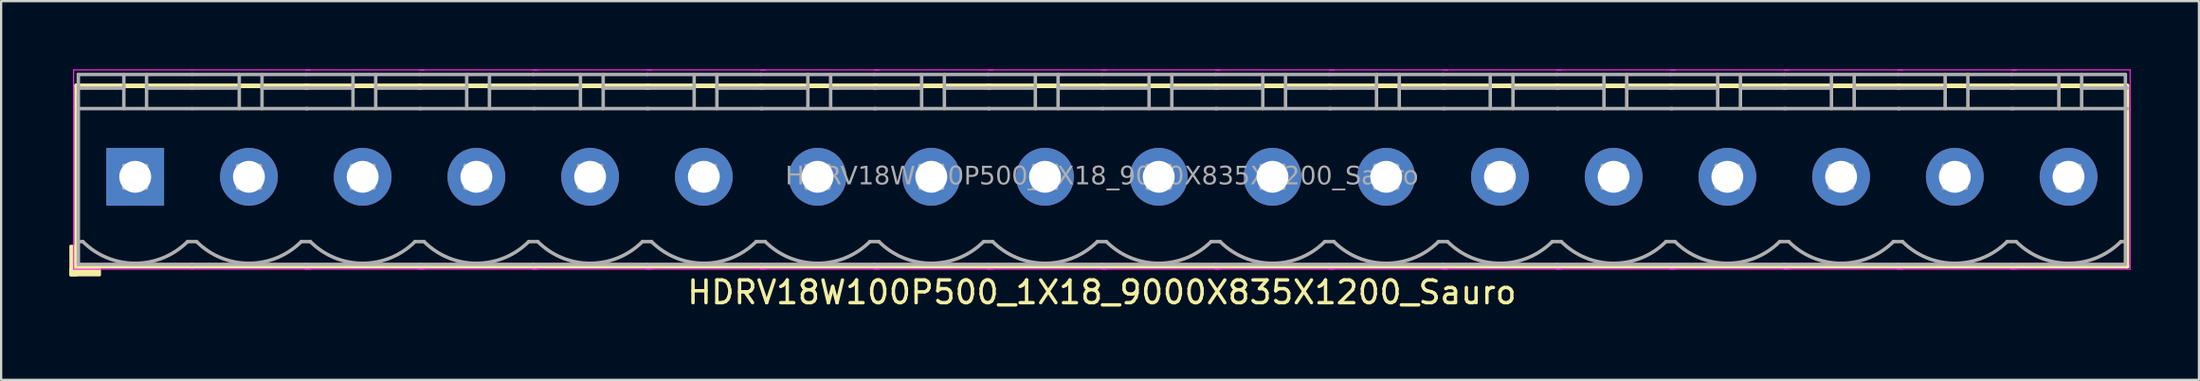
<source format=kicad_pcb>
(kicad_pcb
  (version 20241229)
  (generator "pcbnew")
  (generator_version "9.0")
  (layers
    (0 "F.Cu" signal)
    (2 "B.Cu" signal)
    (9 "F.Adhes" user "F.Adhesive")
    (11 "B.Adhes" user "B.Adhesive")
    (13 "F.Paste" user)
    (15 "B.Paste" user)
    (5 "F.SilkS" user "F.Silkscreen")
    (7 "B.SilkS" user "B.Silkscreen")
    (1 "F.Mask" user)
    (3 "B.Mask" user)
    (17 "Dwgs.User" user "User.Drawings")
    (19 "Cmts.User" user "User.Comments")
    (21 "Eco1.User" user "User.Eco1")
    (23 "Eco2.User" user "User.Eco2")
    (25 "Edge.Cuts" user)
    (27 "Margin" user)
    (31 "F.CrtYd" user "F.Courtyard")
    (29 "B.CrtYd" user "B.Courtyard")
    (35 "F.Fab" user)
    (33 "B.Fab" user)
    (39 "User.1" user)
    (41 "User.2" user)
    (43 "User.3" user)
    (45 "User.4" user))
  (footprint "HDRV18W100P500_1X18_9000X835X1200_Sauro"
    (layer "F.Cu")
    (at 45.394 4.724)
    (property "Reference" "HDRV18W100P500_1X18_9000X835X1200_Sauro" (at 0 5.08 0) (layer "F.SilkS") (effects (font (size 1 1) (thickness 0.15))))
    (attr through_hole)
    (fp_line (start -45.08 -4) (end -45.08 3.937) (stroke (width 0.203) (type solid)) (layer "F.SilkS"))
    (fp_line (start -45.08 3.937) (end -40 3.937) (stroke (width 0.203) (type solid)) (layer "F.SilkS"))
    (fp_line (start -40.005 -4) (end -45.08 -4) (stroke (width 0.203) (type solid)) (layer "F.SilkS"))
    (fp_line (start -40 3.937) (end -34.92 3.937) (stroke (width 0.203) (type solid)) (layer "F.SilkS"))
    (fp_line (start -35 3.937) (end -29.92 3.937) (stroke (width 0.203) (type solid)) (layer "F.SilkS"))
    (fp_line (start -34.93 -4) (end -40.005 -4) (stroke (width 0.203) (type solid)) (layer "F.SilkS"))
    (fp_line (start -30 3.937) (end -24.92 3.937) (stroke (width 0.203) (type solid)) (layer "F.SilkS"))
    (fp_line (start -29.93 -4) (end -35.005 -4) (stroke (width 0.203) (type solid)) (layer "F.SilkS"))
    (fp_line (start -25 3.937) (end -19.92 3.937) (stroke (width 0.203) (type solid)) (layer "F.SilkS"))
    (fp_line (start -24.93 -4) (end -30.005 -4) (stroke (width 0.203) (type solid)) (layer "F.SilkS"))
    (fp_line (start -20 3.937) (end -14.92 3.937) (stroke (width 0.203) (type solid)) (layer "F.SilkS"))
    (fp_line (start -19.93 -4) (end -25.005 -4) (stroke (width 0.203) (type solid)) (layer "F.SilkS"))
    (fp_line (start -15 3.937) (end -9.92 3.937) (stroke (width 0.203) (type solid)) (layer "F.SilkS"))
    (fp_line (start -14.93 -4) (end -20.005 -4) (stroke (width 0.203) (type solid)) (layer "F.SilkS"))
    (fp_line (start -10 3.937) (end -4.92 3.937) (stroke (width 0.203) (type solid)) (layer "F.SilkS"))
    (fp_line (start -9.93 -4) (end -15.005 -4) (stroke (width 0.203) (type solid)) (layer "F.SilkS"))
    (fp_line (start -5 3.937) (end 0.08 3.937) (stroke (width 0.203) (type solid)) (layer "F.SilkS"))
    (fp_line (start -4.93 -4) (end -10.005 -4) (stroke (width 0.203) (type solid)) (layer "F.SilkS"))
    (fp_line (start 0 3.937) (end 5.08 3.937) (stroke (width 0.203) (type solid)) (layer "F.SilkS"))
    (fp_line (start 0.07 -4) (end -5.005 -4) (stroke (width 0.203) (type solid)) (layer "F.SilkS"))
    (fp_line (start 5 3.937) (end 10.08 3.937) (stroke (width 0.203) (type solid)) (layer "F.SilkS"))
    (fp_line (start 5.07 -4) (end -0.005 -4) (stroke (width 0.203) (type solid)) (layer "F.SilkS"))
    (fp_line (start 10 3.937) (end 15.08 3.937) (stroke (width 0.203) (type solid)) (layer "F.SilkS"))
    (fp_line (start 10.07 -4) (end 4.995 -4) (stroke (width 0.203) (type solid)) (layer "F.SilkS"))
    (fp_line (start 15 3.937) (end 20.08 3.937) (stroke (width 0.203) (type solid)) (layer "F.SilkS"))
    (fp_line (start 15.07 -4) (end 9.995 -4) (stroke (width 0.203) (type solid)) (layer "F.SilkS"))
    (fp_line (start 20 3.937) (end 25.08 3.937) (stroke (width 0.203) (type solid)) (layer "F.SilkS"))
    (fp_line (start 20.07 -4) (end 14.995 -4) (stroke (width 0.203) (type solid)) (layer "F.SilkS"))
    (fp_line (start 25 3.937) (end 30.08 3.937) (stroke (width 0.203) (type solid)) (layer "F.SilkS"))
    (fp_line (start 25.07 -4) (end 19.995 -4) (stroke (width 0.203) (type solid)) (layer "F.SilkS"))
    (fp_line (start 30 3.937) (end 35.08 3.937) (stroke (width 0.203) (type solid)) (layer "F.SilkS"))
    (fp_line (start 30.07 -4) (end 24.995 -4) (stroke (width 0.203) (type solid)) (layer "F.SilkS"))
    (fp_line (start 35 3.937) (end 40.08 3.937) (stroke (width 0.203) (type solid)) (layer "F.SilkS"))
    (fp_line (start 35.07 -4) (end 29.995 -4) (stroke (width 0.203) (type solid)) (layer "F.SilkS"))
    (fp_line (start 40 3.937) (end 45.08 3.937) (stroke (width 0.203) (type solid)) (layer "F.SilkS"))
    (fp_line (start 40.07 -4) (end 34.995 -4) (stroke (width 0.203) (type solid)) (layer "F.SilkS"))
    (fp_line (start 45.07 -4) (end 39.995 -4) (stroke (width 0.203) (type solid)) (layer "F.SilkS"))
    (fp_line (start 45.07 -4) (end 45.07 3.937) (stroke (width 0.203) (type solid)) (layer "F.SilkS"))
    (fp_rect (start -45.08 3.048) (end -45.334 4.318) (stroke (width 0.12) (type solid)) (fill yes) (layer "F.SilkS"))
    (fp_rect (start -44.064 4.318) (end -45.334 4.064) (stroke (width 0.12) (type solid)) (fill yes) (layer "F.SilkS"))
    (fp_line (start -45.207 4.064) (end -45.207 -4.699) (stroke (width 0.05) (type solid)) (layer "F.CrtYd"))
    (fp_line (start -40.005 4.064) (end -45.207 4.064) (stroke (width 0.05) (type solid)) (layer "F.CrtYd"))
    (fp_line (start -40 -4.699) (end -45.207 -4.699) (stroke (width 0.05) (type solid)) (layer "F.CrtYd"))
    (fp_line (start -34.793 -4.699) (end -40 -4.699) (stroke (width 0.05) (type solid)) (layer "F.CrtYd"))
    (fp_line (start -34.793 4.064) (end -40.005 4.064) (stroke (width 0.05) (type solid)) (layer "F.CrtYd"))
    (fp_line (start -29.793 -4.699) (end -35 -4.699) (stroke (width 0.05) (type solid)) (layer "F.CrtYd"))
    (fp_line (start -29.793 4.064) (end -35.005 4.064) (stroke (width 0.05) (type solid)) (layer "F.CrtYd"))
    (fp_line (start -24.793 -4.699) (end -30 -4.699) (stroke (width 0.05) (type solid)) (layer "F.CrtYd"))
    (fp_line (start -24.793 4.064) (end -30.005 4.064) (stroke (width 0.05) (type solid)) (layer "F.CrtYd"))
    (fp_line (start -19.793 -4.699) (end -25 -4.699) (stroke (width 0.05) (type solid)) (layer "F.CrtYd"))
    (fp_line (start -19.793 4.064) (end -25.005 4.064) (stroke (width 0.05) (type solid)) (layer "F.CrtYd"))
    (fp_line (start -14.793 -4.699) (end -20 -4.699) (stroke (width 0.05) (type solid)) (layer "F.CrtYd"))
    (fp_line (start -14.793 4.064) (end -20.005 4.064) (stroke (width 0.05) (type solid)) (layer "F.CrtYd"))
    (fp_line (start -9.793 -4.699) (end -15 -4.699) (stroke (width 0.05) (type solid)) (layer "F.CrtYd"))
    (fp_line (start -9.793 4.064) (end -15.005 4.064) (stroke (width 0.05) (type solid)) (layer "F.CrtYd"))
    (fp_line (start -4.793 -4.699) (end -10 -4.699) (stroke (width 0.05) (type solid)) (layer "F.CrtYd"))
    (fp_line (start -4.793 4.064) (end -10.005 4.064) (stroke (width 0.05) (type solid)) (layer "F.CrtYd"))
    (fp_line (start 0.207 -4.699) (end -5 -4.699) (stroke (width 0.05) (type solid)) (layer "F.CrtYd"))
    (fp_line (start 0.207 4.064) (end -5.005 4.064) (stroke (width 0.05) (type solid)) (layer "F.CrtYd"))
    (fp_line (start 5.207 -4.699) (end 0 -4.699) (stroke (width 0.05) (type solid)) (layer "F.CrtYd"))
    (fp_line (start 5.207 4.064) (end -0.005 4.064) (stroke (width 0.05) (type solid)) (layer "F.CrtYd"))
    (fp_line (start 10.207 -4.699) (end 5 -4.699) (stroke (width 0.05) (type solid)) (layer "F.CrtYd"))
    (fp_line (start 10.207 4.064) (end 4.995 4.064) (stroke (width 0.05) (type solid)) (layer "F.CrtYd"))
    (fp_line (start 15.207 -4.699) (end 10 -4.699) (stroke (width 0.05) (type solid)) (layer "F.CrtYd"))
    (fp_line (start 15.207 4.064) (end 9.995 4.064) (stroke (width 0.05) (type solid)) (layer "F.CrtYd"))
    (fp_line (start 20.207 -4.699) (end 15 -4.699) (stroke (width 0.05) (type solid)) (layer "F.CrtYd"))
    (fp_line (start 20.207 4.064) (end 14.995 4.064) (stroke (width 0.05) (type solid)) (layer "F.CrtYd"))
    (fp_line (start 25.207 -4.699) (end 20 -4.699) (stroke (width 0.05) (type solid)) (layer "F.CrtYd"))
    (fp_line (start 25.207 4.064) (end 19.995 4.064) (stroke (width 0.05) (type solid)) (layer "F.CrtYd"))
    (fp_line (start 30.207 -4.699) (end 25 -4.699) (stroke (width 0.05) (type solid)) (layer "F.CrtYd"))
    (fp_line (start 30.207 4.064) (end 24.995 4.064) (stroke (width 0.05) (type solid)) (layer "F.CrtYd"))
    (fp_line (start 35.207 -4.699) (end 30 -4.699) (stroke (width 0.05) (type solid)) (layer "F.CrtYd"))
    (fp_line (start 35.207 4.064) (end 29.995 4.064) (stroke (width 0.05) (type solid)) (layer "F.CrtYd"))
    (fp_line (start 40.207 -4.699) (end 35 -4.699) (stroke (width 0.05) (type solid)) (layer "F.CrtYd"))
    (fp_line (start 40.207 4.064) (end 34.995 4.064) (stroke (width 0.05) (type solid)) (layer "F.CrtYd"))
    (fp_line (start 45.207 -4.699) (end 40 -4.699) (stroke (width 0.05) (type solid)) (layer "F.CrtYd"))
    (fp_line (start 45.207 -4.699) (end 45.207 4.064) (stroke (width 0.05) (type solid)) (layer "F.CrtYd"))
    (fp_line (start 45.207 4.064) (end 39.995 4.064) (stroke (width 0.05) (type solid)) (layer "F.CrtYd"))
    (fp_line (start -45 -4.5) (end -45 3.85) (stroke (width 0.152) (type solid)) (layer "F.Fab"))
    (fp_line (start -44.8 2.85) (end -45 2.85) (stroke (width 0.152) (type solid)) (layer "F.Fab"))
    (fp_line (start -43 -4.5) (end -43 -3) (stroke (width 0.152) (type default)) (layer "F.Fab"))
    (fp_line (start -43 -3.9) (end -45 -3.9) (stroke (width 0.152) (type solid)) (layer "F.Fab"))
    (fp_line (start -42 -4.5) (end -42 -3) (stroke (width 0.152) (type default)) (layer "F.Fab"))
    (fp_line (start -42 -3.9) (end -40 -3.9) (stroke (width 0.152) (type solid)) (layer "F.Fab"))
    (fp_line (start -40.2 2.85) (end -39.8 2.85) (stroke (width 0.152) (type solid)) (layer "F.Fab"))
    (fp_line (start -40 -4.5) (end -45 -4.5) (stroke (width 0.152) (type solid)) (layer "F.Fab"))
    (fp_line (start -40 -3) (end -45 -3) (stroke (width 0.152) (type solid)) (layer "F.Fab"))
    (fp_line (start -40 3.85) (end -45 3.85) (stroke (width 0.152) (type solid)) (layer "F.Fab"))
    (fp_line (start -40 3.85) (end -35 3.85) (stroke (width 0.152) (type solid)) (layer "F.Fab"))
    (fp_line (start -37.925 -4.5) (end -37.925 -3) (stroke (width 0.152) (type default)) (layer "F.Fab"))
    (fp_line (start -37.925 -3.9) (end -40 -3.9) (stroke (width 0.152) (type solid)) (layer "F.Fab"))
    (fp_line (start -36.925 -4.5) (end -36.925 -3) (stroke (width 0.152) (type default)) (layer "F.Fab"))
    (fp_line (start -36.925 -3.9) (end -34.925 -3.9) (stroke (width 0.152) (type solid)) (layer "F.Fab"))
    (fp_line (start -35.2 2.85) (end -34.8 2.85) (stroke (width 0.152) (type solid)) (layer "F.Fab"))
    (fp_line (start -35 -4.5) (end -40 -4.5) (stroke (width 0.152) (type solid)) (layer "F.Fab"))
    (fp_line (start -35 3.85) (end -30 3.85) (stroke (width 0.152) (type solid)) (layer "F.Fab"))
    (fp_line (start -34.925 -3) (end -40 -3) (stroke (width 0.152) (type solid)) (layer "F.Fab"))
    (fp_line (start -32.925 -4.5) (end -32.925 -3) (stroke (width 0.152) (type default)) (layer "F.Fab"))
    (fp_line (start -32.925 -3.9) (end -35 -3.9) (stroke (width 0.152) (type solid)) (layer "F.Fab"))
    (fp_line (start -31.925 -4.5) (end -31.925 -3) (stroke (width 0.152) (type default)) (layer "F.Fab"))
    (fp_line (start -31.925 -3.9) (end -29.925 -3.9) (stroke (width 0.152) (type solid)) (layer "F.Fab"))
    (fp_line (start -30.2 2.85) (end -29.8 2.85) (stroke (width 0.152) (type solid)) (layer "F.Fab"))
    (fp_line (start -30 -4.5) (end -35 -4.5) (stroke (width 0.152) (type solid)) (layer "F.Fab"))
    (fp_line (start -30 3.85) (end -25 3.85) (stroke (width 0.152) (type solid)) (layer "F.Fab"))
    (fp_line (start -29.925 -3) (end -35 -3) (stroke (width 0.152) (type solid)) (layer "F.Fab"))
    (fp_line (start -27.925 -4.5) (end -27.925 -3) (stroke (width 0.152) (type default)) (layer "F.Fab"))
    (fp_line (start -27.925 -3.9) (end -30 -3.9) (stroke (width 0.152) (type solid)) (layer "F.Fab"))
    (fp_line (start -26.925 -4.5) (end -26.925 -3) (stroke (width 0.152) (type default)) (layer "F.Fab"))
    (fp_line (start -26.925 -3.9) (end -24.925 -3.9) (stroke (width 0.152) (type solid)) (layer "F.Fab"))
    (fp_line (start -25.2 2.85) (end -24.8 2.85) (stroke (width 0.152) (type solid)) (layer "F.Fab"))
    (fp_line (start -25 -4.5) (end -30 -4.5) (stroke (width 0.152) (type solid)) (layer "F.Fab"))
    (fp_line (start -25 3.85) (end -20 3.85) (stroke (width 0.152) (type solid)) (layer "F.Fab"))
    (fp_line (start -24.925 -3) (end -30 -3) (stroke (width 0.152) (type solid)) (layer "F.Fab"))
    (fp_line (start -22.925 -4.5) (end -22.925 -3) (stroke (width 0.152) (type default)) (layer "F.Fab"))
    (fp_line (start -22.925 -3.9) (end -25 -3.9) (stroke (width 0.152) (type solid)) (layer "F.Fab"))
    (fp_line (start -21.925 -4.5) (end -21.925 -3) (stroke (width 0.152) (type default)) (layer "F.Fab"))
    (fp_line (start -21.925 -3.9) (end -19.925 -3.9) (stroke (width 0.152) (type solid)) (layer "F.Fab"))
    (fp_line (start -20.2 2.85) (end -19.8 2.85) (stroke (width 0.152) (type solid)) (layer "F.Fab"))
    (fp_line (start -20 -4.5) (end -25 -4.5) (stroke (width 0.152) (type solid)) (layer "F.Fab"))
    (fp_line (start -20 3.85) (end -15 3.85) (stroke (width 0.152) (type solid)) (layer "F.Fab"))
    (fp_line (start -19.925 -3) (end -25 -3) (stroke (width 0.152) (type solid)) (layer "F.Fab"))
    (fp_line (start -17.925 -4.5) (end -17.925 -3) (stroke (width 0.152) (type default)) (layer "F.Fab"))
    (fp_line (start -17.925 -3.9) (end -20 -3.9) (stroke (width 0.152) (type solid)) (layer "F.Fab"))
    (fp_line (start -16.925 -4.5) (end -16.925 -3) (stroke (width 0.152) (type default)) (layer "F.Fab"))
    (fp_line (start -16.925 -3.9) (end -14.925 -3.9) (stroke (width 0.152) (type solid)) (layer "F.Fab"))
    (fp_line (start -15.2 2.85) (end -14.8 2.85) (stroke (width 0.152) (type solid)) (layer "F.Fab"))
    (fp_line (start -15 -4.5) (end -20 -4.5) (stroke (width 0.152) (type solid)) (layer "F.Fab"))
    (fp_line (start -15 3.85) (end -10 3.85) (stroke (width 0.152) (type solid)) (layer "F.Fab"))
    (fp_line (start -14.925 -3) (end -20 -3) (stroke (width 0.152) (type solid)) (layer "F.Fab"))
    (fp_line (start -12.925 -4.5) (end -12.925 -3) (stroke (width 0.152) (type default)) (layer "F.Fab"))
    (fp_line (start -12.925 -3.9) (end -15 -3.9) (stroke (width 0.152) (type solid)) (layer "F.Fab"))
    (fp_line (start -11.925 -4.5) (end -11.925 -3) (stroke (width 0.152) (type default)) (layer "F.Fab"))
    (fp_line (start -11.925 -3.9) (end -9.925 -3.9) (stroke (width 0.152) (type solid)) (layer "F.Fab"))
    (fp_line (start -10.2 2.85) (end -9.8 2.85) (stroke (width 0.152) (type solid)) (layer "F.Fab"))
    (fp_line (start -10 -4.5) (end -15 -4.5) (stroke (width 0.152) (type solid)) (layer "F.Fab"))
    (fp_line (start -10 3.85) (end -5 3.85) (stroke (width 0.152) (type solid)) (layer "F.Fab"))
    (fp_line (start -9.925 -3) (end -15 -3) (stroke (width 0.152) (type solid)) (layer "F.Fab"))
    (fp_line (start -7.925 -4.5) (end -7.925 -3) (stroke (width 0.152) (type default)) (layer "F.Fab"))
    (fp_line (start -7.925 -3.9) (end -10 -3.9) (stroke (width 0.152) (type solid)) (layer "F.Fab"))
    (fp_line (start -6.925 -4.5) (end -6.925 -3) (stroke (width 0.152) (type default)) (layer "F.Fab"))
    (fp_line (start -6.925 -3.9) (end -4.925 -3.9) (stroke (width 0.152) (type solid)) (layer "F.Fab"))
    (fp_line (start -5.2 2.85) (end -4.8 2.85) (stroke (width 0.152) (type solid)) (layer "F.Fab"))
    (fp_line (start -5 -4.5) (end -10 -4.5) (stroke (width 0.152) (type solid)) (layer "F.Fab"))
    (fp_line (start -5 3.85) (end 0 3.85) (stroke (width 0.152) (type solid)) (layer "F.Fab"))
    (fp_line (start -4.925 -3) (end -10 -3) (stroke (width 0.152) (type solid)) (layer "F.Fab"))
    (fp_line (start -2.925 -4.5) (end -2.925 -3) (stroke (width 0.152) (type default)) (layer "F.Fab"))
    (fp_line (start -2.925 -3.9) (end -5 -3.9) (stroke (width 0.152) (type solid)) (layer "F.Fab"))
    (fp_line (start -1.925 -4.5) (end -1.925 -3) (stroke (width 0.152) (type default)) (layer "F.Fab"))
    (fp_line (start -1.925 -3.9) (end 0.075 -3.9) (stroke (width 0.152) (type solid)) (layer "F.Fab"))
    (fp_line (start -0.2 2.85) (end 0.2 2.85) (stroke (width 0.152) (type solid)) (layer "F.Fab"))
    (fp_line (start 0 -4.5) (end -5 -4.5) (stroke (width 0.152) (type solid)) (layer "F.Fab"))
    (fp_line (start 0 3.85) (end 5 3.85) (stroke (width 0.152) (type solid)) (layer "F.Fab"))
    (fp_line (start 0.075 -3) (end -5 -3) (stroke (width 0.152) (type solid)) (layer "F.Fab"))
    (fp_line (start 2.075 -4.5) (end 2.075 -3) (stroke (width 0.152) (type default)) (layer "F.Fab"))
    (fp_line (start 2.075 -3.9) (end 0 -3.9) (stroke (width 0.152) (type solid)) (layer "F.Fab"))
    (fp_line (start 3.075 -4.5) (end 3.075 -3) (stroke (width 0.152) (type default)) (layer "F.Fab"))
    (fp_line (start 3.075 -3.9) (end 5.075 -3.9) (stroke (width 0.152) (type solid)) (layer "F.Fab"))
    (fp_line (start 4.8 2.85) (end 5.2 2.85) (stroke (width 0.152) (type solid)) (layer "F.Fab"))
    (fp_line (start 5 -4.5) (end 0 -4.5) (stroke (width 0.152) (type solid)) (layer "F.Fab"))
    (fp_line (start 5 3.85) (end 10 3.85) (stroke (width 0.152) (type solid)) (layer "F.Fab"))
    (fp_line (start 5.075 -3) (end 0 -3) (stroke (width 0.152) (type solid)) (layer "F.Fab"))
    (fp_line (start 7.075 -4.5) (end 7.075 -3) (stroke (width 0.152) (type default)) (layer "F.Fab"))
    (fp_line (start 7.075 -3.9) (end 5 -3.9) (stroke (width 0.152) (type solid)) (layer "F.Fab"))
    (fp_line (start 8.075 -4.5) (end 8.075 -3) (stroke (width 0.152) (type default)) (layer "F.Fab"))
    (fp_line (start 8.075 -3.9) (end 10.075 -3.9) (stroke (width 0.152) (type solid)) (layer "F.Fab"))
    (fp_line (start 9.8 2.85) (end 10.2 2.85) (stroke (width 0.152) (type solid)) (layer "F.Fab"))
    (fp_line (start 10 -4.5) (end 5 -4.5) (stroke (width 0.152) (type solid)) (layer "F.Fab"))
    (fp_line (start 10 3.85) (end 15 3.85) (stroke (width 0.152) (type solid)) (layer "F.Fab"))
    (fp_line (start 10.075 -3) (end 5 -3) (stroke (width 0.152) (type solid)) (layer "F.Fab"))
    (fp_line (start 12.075 -4.5) (end 12.075 -3) (stroke (width 0.152) (type default)) (layer "F.Fab"))
    (fp_line (start 12.075 -3.9) (end 10 -3.9) (stroke (width 0.152) (type solid)) (layer "F.Fab"))
    (fp_line (start 13.075 -4.5) (end 13.075 -3) (stroke (width 0.152) (type default)) (layer "F.Fab"))
    (fp_line (start 13.075 -3.9) (end 15.075 -3.9) (stroke (width 0.152) (type solid)) (layer "F.Fab"))
    (fp_line (start 14.8 2.85) (end 15.2 2.85) (stroke (width 0.152) (type solid)) (layer "F.Fab"))
    (fp_line (start 15 -4.5) (end 10 -4.5) (stroke (width 0.152) (type solid)) (layer "F.Fab"))
    (fp_line (start 15 3.85) (end 20 3.85) (stroke (width 0.152) (type solid)) (layer "F.Fab"))
    (fp_line (start 15.075 -3) (end 10 -3) (stroke (width 0.152) (type solid)) (layer "F.Fab"))
    (fp_line (start 17.075 -4.5) (end 17.075 -3) (stroke (width 0.152) (type default)) (layer "F.Fab"))
    (fp_line (start 17.075 -3.9) (end 15 -3.9) (stroke (width 0.152) (type solid)) (layer "F.Fab"))
    (fp_line (start 18.075 -4.5) (end 18.075 -3) (stroke (width 0.152) (type default)) (layer "F.Fab"))
    (fp_line (start 18.075 -3.9) (end 20.075 -3.9) (stroke (width 0.152) (type solid)) (layer "F.Fab"))
    (fp_line (start 19.8 2.85) (end 20.2 2.85) (stroke (width 0.152) (type solid)) (layer "F.Fab"))
    (fp_line (start 20 -4.5) (end 15 -4.5) (stroke (width 0.152) (type solid)) (layer "F.Fab"))
    (fp_line (start 20 3.85) (end 25 3.85) (stroke (width 0.152) (type solid)) (layer "F.Fab"))
    (fp_line (start 20.075 -3) (end 15 -3) (stroke (width 0.152) (type solid)) (layer "F.Fab"))
    (fp_line (start 22.075 -4.5) (end 22.075 -3) (stroke (width 0.152) (type default)) (layer "F.Fab"))
    (fp_line (start 22.075 -3.9) (end 20 -3.9) (stroke (width 0.152) (type solid)) (layer "F.Fab"))
    (fp_line (start 23.075 -4.5) (end 23.075 -3) (stroke (width 0.152) (type default)) (layer "F.Fab"))
    (fp_line (start 23.075 -3.9) (end 25.075 -3.9) (stroke (width 0.152) (type solid)) (layer "F.Fab"))
    (fp_line (start 24.8 2.85) (end 25.2 2.85) (stroke (width 0.152) (type solid)) (layer "F.Fab"))
    (fp_line (start 25 -4.5) (end 20 -4.5) (stroke (width 0.152) (type solid)) (layer "F.Fab"))
    (fp_line (start 25 3.85) (end 30 3.85) (stroke (width 0.152) (type solid)) (layer "F.Fab"))
    (fp_line (start 25.075 -3) (end 20 -3) (stroke (width 0.152) (type solid)) (layer "F.Fab"))
    (fp_line (start 27.075 -4.5) (end 27.075 -3) (stroke (width 0.152) (type default)) (layer "F.Fab"))
    (fp_line (start 27.075 -3.9) (end 25 -3.9) (stroke (width 0.152) (type solid)) (layer "F.Fab"))
    (fp_line (start 28.075 -4.5) (end 28.075 -3) (stroke (width 0.152) (type default)) (layer "F.Fab"))
    (fp_line (start 28.075 -3.9) (end 30.075 -3.9) (stroke (width 0.152) (type solid)) (layer "F.Fab"))
    (fp_line (start 29.8 2.85) (end 30.2 2.85) (stroke (width 0.152) (type solid)) (layer "F.Fab"))
    (fp_line (start 30 -4.5) (end 25 -4.5) (stroke (width 0.152) (type solid)) (layer "F.Fab"))
    (fp_line (start 30 3.85) (end 35 3.85) (stroke (width 0.152) (type solid)) (layer "F.Fab"))
    (fp_line (start 30.075 -3) (end 25 -3) (stroke (width 0.152) (type solid)) (layer "F.Fab"))
    (fp_line (start 32.075 -4.5) (end 32.075 -3) (stroke (width 0.152) (type default)) (layer "F.Fab"))
    (fp_line (start 32.075 -3.9) (end 30 -3.9) (stroke (width 0.152) (type solid)) (layer "F.Fab"))
    (fp_line (start 33.075 -4.5) (end 33.075 -3) (stroke (width 0.152) (type default)) (layer "F.Fab"))
    (fp_line (start 33.075 -3.9) (end 35.075 -3.9) (stroke (width 0.152) (type solid)) (layer "F.Fab"))
    (fp_line (start 34.8 2.85) (end 35.2 2.85) (stroke (width 0.152) (type solid)) (layer "F.Fab"))
    (fp_line (start 35 -4.5) (end 30 -4.5) (stroke (width 0.152) (type solid)) (layer "F.Fab"))
    (fp_line (start 35 3.85) (end 40 3.85) (stroke (width 0.152) (type solid)) (layer "F.Fab"))
    (fp_line (start 35.075 -3) (end 30 -3) (stroke (width 0.152) (type solid)) (layer "F.Fab"))
    (fp_line (start 37.075 -4.5) (end 37.075 -3) (stroke (width 0.152) (type default)) (layer "F.Fab"))
    (fp_line (start 37.075 -3.9) (end 35 -3.9) (stroke (width 0.152) (type solid)) (layer "F.Fab"))
    (fp_line (start 38.075 -4.5) (end 38.075 -3) (stroke (width 0.152) (type default)) (layer "F.Fab"))
    (fp_line (start 38.075 -3.9) (end 40.075 -3.9) (stroke (width 0.152) (type solid)) (layer "F.Fab"))
    (fp_line (start 39.8 2.85) (end 40.2 2.85) (stroke (width 0.152) (type solid)) (layer "F.Fab"))
    (fp_line (start 40 -4.5) (end 35 -4.5) (stroke (width 0.152) (type solid)) (layer "F.Fab"))
    (fp_line (start 40 3.85) (end 45 3.85) (stroke (width 0.152) (type solid)) (layer "F.Fab"))
    (fp_line (start 40.075 -3) (end 35 -3) (stroke (width 0.152) (type solid)) (layer "F.Fab"))
    (fp_line (start 42.075 -4.5) (end 42.075 -3) (stroke (width 0.152) (type default)) (layer "F.Fab"))
    (fp_line (start 42.075 -3.9) (end 40 -3.9) (stroke (width 0.152) (type solid)) (layer "F.Fab"))
    (fp_line (start 43.075 -4.5) (end 43.075 -3) (stroke (width 0.152) (type default)) (layer "F.Fab"))
    (fp_line (start 43.075 -3.9) (end 45.075 -3.9) (stroke (width 0.152) (type solid)) (layer "F.Fab"))
    (fp_line (start 45 -4.5) (end 40 -4.5) (stroke (width 0.152) (type solid)) (layer "F.Fab"))
    (fp_line (start 45 -4.5) (end 45 3.85) (stroke (width 0.152) (type solid)) (layer "F.Fab"))
    (fp_line (start 45 2.85) (end 44.8 2.85) (stroke (width 0.152) (type solid)) (layer "F.Fab"))
    (fp_line (start 45.075 -3) (end 40 -3) (stroke (width 0.152) (type solid)) (layer "F.Fab"))
    (fp_rect (start -43 -0.5) (end -42 0.5) (stroke (width 0.152) (type solid)) (fill no) (layer "F.Fab"))
    (fp_rect (start -38 -0.5) (end -37 0.5) (stroke (width 0.152) (type solid)) (fill no) (layer "F.Fab"))
    (fp_rect (start -33 -0.5) (end -32 0.5) (stroke (width 0.152) (type solid)) (fill no) (layer "F.Fab"))
    (fp_rect (start -28 -0.5) (end -27 0.5) (stroke (width 0.152) (type solid)) (fill no) (layer "F.Fab"))
    (fp_rect (start -23 -0.5) (end -22 0.5) (stroke (width 0.152) (type solid)) (fill no) (layer "F.Fab"))
    (fp_rect (start -18 -0.5) (end -17 0.5) (stroke (width 0.152) (type solid)) (fill no) (layer "F.Fab"))
    (fp_rect (start -13 -0.5) (end -12 0.5) (stroke (width 0.152) (type solid)) (fill no) (layer "F.Fab"))
    (fp_rect (start -8 -0.5) (end -7 0.5) (stroke (width 0.152) (type solid)) (fill no) (layer "F.Fab"))
    (fp_rect (start -3 -0.5) (end -2 0.5) (stroke (width 0.152) (type solid)) (fill no) (layer "F.Fab"))
    (fp_rect (start 2 -0.5) (end 3 0.5) (stroke (width 0.152) (type solid)) (fill no) (layer "F.Fab"))
    (fp_rect (start 7 -0.5) (end 8 0.5) (stroke (width 0.152) (type solid)) (fill no) (layer "F.Fab"))
    (fp_rect (start 12 -0.5) (end 13 0.5) (stroke (width 0.152) (type solid)) (fill no) (layer "F.Fab"))
    (fp_rect (start 17 -0.5) (end 18 0.5) (stroke (width 0.152) (type solid)) (fill no) (layer "F.Fab"))
    (fp_rect (start 22 -0.5) (end 23 0.5) (stroke (width 0.152) (type solid)) (fill no) (layer "F.Fab"))
    (fp_rect (start 27 -0.5) (end 28 0.5) (stroke (width 0.152) (type solid)) (fill no) (layer "F.Fab"))
    (fp_rect (start 32 -0.5) (end 33 0.5) (stroke (width 0.152) (type solid)) (fill no) (layer "F.Fab"))
    (fp_rect (start 37 -0.5) (end 38 0.5) (stroke (width 0.152) (type solid)) (fill no) (layer "F.Fab"))
    (fp_rect (start 42 -0.5) (end 43 0.5) (stroke (width 0.152) (type solid)) (fill no) (layer "F.Fab"))
    (fp_arc (start -40.2 2.85) (mid -42.5 3.802691) (end -44.8 2.85) (stroke (width 0.1524) (type default)) (layer "F.Fab"))
    (fp_arc (start -35.2 2.85) (mid -37.5 3.802691) (end -39.8 2.85) (stroke (width 0.1524) (type default)) (layer "F.Fab"))
    (fp_arc (start -30.2 2.85) (mid -32.5 3.802691) (end -34.8 2.85) (stroke (width 0.1524) (type default)) (layer "F.Fab"))
    (fp_arc (start -25.2 2.85) (mid -27.5 3.802691) (end -29.8 2.85) (stroke (width 0.1524) (type default)) (layer "F.Fab"))
    (fp_arc (start -20.2 2.85) (mid -22.5 3.802691) (end -24.8 2.85) (stroke (width 0.1524) (type default)) (layer "F.Fab"))
    (fp_arc (start -15.2 2.85) (mid -17.5 3.802691) (end -19.8 2.85) (stroke (width 0.1524) (type default)) (layer "F.Fab"))
    (fp_arc (start -10.2 2.85) (mid -12.5 3.802691) (end -14.8 2.85) (stroke (width 0.1524) (type default)) (layer "F.Fab"))
    (fp_arc (start -5.2 2.85) (mid -7.5 3.802691) (end -9.8 2.85) (stroke (width 0.1524) (type default)) (layer "F.Fab"))
    (fp_arc (start -0.2 2.85) (mid -2.5 3.802691) (end -4.8 2.85) (stroke (width 0.1524) (type default)) (layer "F.Fab"))
    (fp_arc (start 4.8 2.85) (mid 2.5 3.802691) (end 0.2 2.85) (stroke (width 0.1524) (type default)) (layer "F.Fab"))
    (fp_arc (start 9.8 2.85) (mid 7.5 3.802691) (end 5.2 2.85) (stroke (width 0.1524) (type default)) (layer "F.Fab"))
    (fp_arc (start 14.8 2.85) (mid 12.5 3.802691) (end 10.2 2.85) (stroke (width 0.1524) (type default)) (layer "F.Fab"))
    (fp_arc (start 19.8 2.85) (mid 17.5 3.802691) (end 15.2 2.85) (stroke (width 0.1524) (type default)) (layer "F.Fab"))
    (fp_arc (start 24.8 2.85) (mid 22.5 3.802691) (end 20.2 2.85) (stroke (width 0.1524) (type default)) (layer "F.Fab"))
    (fp_arc (start 29.8 2.85) (mid 27.5 3.802691) (end 25.2 2.85) (stroke (width 0.1524) (type default)) (layer "F.Fab"))
    (fp_arc (start 34.8 2.85) (mid 32.5 3.802691) (end 30.2 2.85) (stroke (width 0.1524) (type default)) (layer "F.Fab"))
    (fp_arc (start 39.8 2.85) (mid 37.5 3.802691) (end 35.2 2.85) (stroke (width 0.1524) (type default)) (layer "F.Fab"))
    (fp_arc (start 44.8 2.85) (mid 42.5 3.802691) (end 40.2 2.85) (stroke (width 0.1524) (type default)) (layer "F.Fab"))
    (fp_text user "${REFERENCE}" (at 0 0 0) (layer "F.Fab") (effects (font (face "Tahoma") (size 0.8 0.8) (thickness 0.15))))
    (pad "1" thru_hole rect (at -42.5 0) (size 2.54 2.54) (drill 1.4) (layers "*.Cu" "*.Mask"))
    (pad "2" thru_hole circle (at -37.5 0) (size 2.54 2.54) (drill 1.4) (layers "*.Cu" "*.Mask"))
    (pad "3" thru_hole circle (at -32.5 0) (size 2.54 2.54) (drill 1.4) (layers "*.Cu" "*.Mask"))
    (pad "4" thru_hole circle (at -27.5 0) (size 2.54 2.54) (drill 1.4) (layers "*.Cu" "*.Mask"))
    (pad "5" thru_hole circle (at -22.5 0) (size 2.54 2.54) (drill 1.4) (layers "*.Cu" "*.Mask"))
    (pad "6" thru_hole circle (at -17.5 0) (size 2.54 2.54) (drill 1.4) (layers "*.Cu" "*.Mask"))
    (pad "7" thru_hole circle (at -12.5 0) (size 2.54 2.54) (drill 1.4) (layers "*.Cu" "*.Mask"))
    (pad "8" thru_hole circle (at -7.5 0) (size 2.54 2.54) (drill 1.4) (layers "*.Cu" "*.Mask"))
    (pad "9" thru_hole circle (at -2.5 0) (size 2.54 2.54) (drill 1.4) (layers "*.Cu" "*.Mask"))
    (pad "10" thru_hole circle (at 2.5 0) (size 2.54 2.54) (drill 1.4) (layers "*.Cu" "*.Mask"))
    (pad "11" thru_hole circle (at 7.5 0) (size 2.54 2.54) (drill 1.4) (layers "*.Cu" "*.Mask"))
    (pad "12" thru_hole circle (at 12.5 0) (size 2.54 2.54) (drill 1.4) (layers "*.Cu" "*.Mask"))
    (pad "13" thru_hole circle (at 17.5 0) (size 2.54 2.54) (drill 1.4) (layers "*.Cu" "*.Mask"))
    (pad "14" thru_hole circle (at 22.5 0) (size 2.54 2.54) (drill 1.4) (layers "*.Cu" "*.Mask"))
    (pad "15" thru_hole circle (at 27.5 0) (size 2.54 2.54) (drill 1.4) (layers "*.Cu" "*.Mask"))
    (pad "16" thru_hole circle (at 32.5 0) (size 2.54 2.54) (drill 1.4) (layers "*.Cu" "*.Mask"))
    (pad "17" thru_hole circle (at 37.5 0) (size 2.54 2.54) (drill 1.4) (layers "*.Cu" "*.Mask"))
    (pad "18" thru_hole circle (at 42.5 0) (size 2.54 2.54) (drill 1.4) (layers "*.Cu" "*.Mask")))
  (gr_rect
    (start -3 -3)
    (end 93.626 13.652)
    (stroke (width 0.1) (type default))
    (fill no)
    (layer "Edge.Cuts")))
</source>
